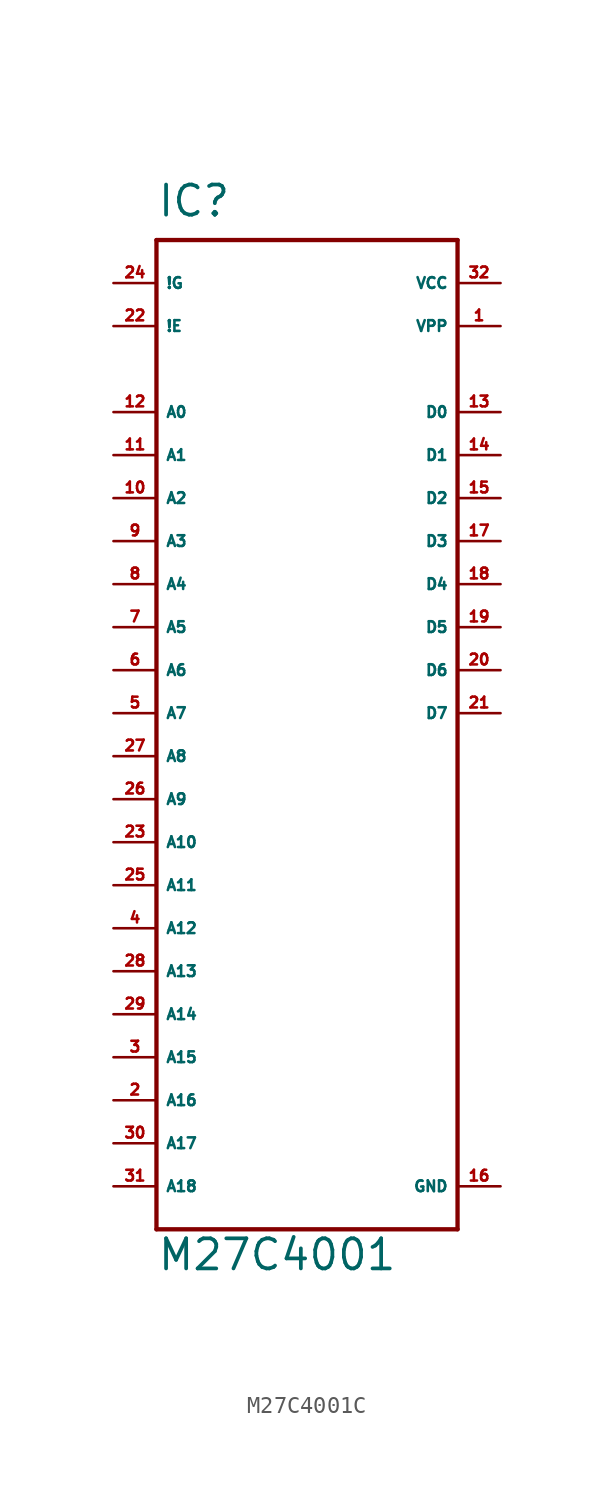
<source format=kicad_sym>
(kicad_symbol_lib
  (version 20220914)
  (generator Eagle2Kicad)
  (symbol "M27C4001C"
    (property "Reference" "IC"
      (at -7.62 29.21 0)
      (effects (font (size 1.778 1.778) (thickness 0.22)) (justify left bottom)))
    (property "Value" "M27C4001"
      (at -7.62 -33.02 0)
      (effects (font (size 1.778 1.778) (thickness 0.22)) (justify left bottom)))
    (polyline
      (pts (xy -7.62 27.94) (xy 10.16 27.94))
      (stroke (width 0.254) (type default))
      (fill (type none)))
    (polyline
      (pts (xy 10.16 27.94) (xy 10.16 -30.48))
      (stroke (width 0.254) (type default))
      (fill (type none)))
    (polyline
      (pts (xy 10.16 -30.48) (xy -7.62 -30.48))
      (stroke (width 0.254) (type default))
      (fill (type none)))
    (polyline
      (pts (xy -7.62 -30.48) (xy -7.62 27.94))
      (stroke (width 0.254) (type default))
      (fill (type none)))
    (pin unspecified line
      (at 12.7 25.4 180)
      (length 2.54)
      (name "VCC" (effects (font (size 0.635 0.635) (thickness 0.08)) (justify left bottom)))
      (number "32" (effects (font (size 0.635 0.635) (thickness 0.08)) (justify left bottom))))
    (pin unspecified line
      (at 12.7 22.86 180)
      (length 2.54)
      (name "VPP" (effects (font (size 0.635 0.635) (thickness 0.08)) (justify left bottom)))
      (number "1" (effects (font (size 0.635 0.635) (thickness 0.08)) (justify left bottom))))
    (pin unspecified line
      (at 12.7 -27.94 180)
      (length 2.54)
      (name "GND" (effects (font (size 0.635 0.635) (thickness 0.08)) (justify left bottom)))
      (number "16" (effects (font (size 0.635 0.635) (thickness 0.08)) (justify left bottom))))
    (pin input line
      (at -10.16 17.78 0)
      (length 2.54)
      (name "A0" (effects (font (size 0.635 0.635) (thickness 0.08)) (justify left bottom)))
      (number "12" (effects (font (size 0.635 0.635) (thickness 0.08)) (justify left bottom))))
    (pin input line
      (at -10.16 15.24 0)
      (length 2.54)
      (name "A1" (effects (font (size 0.635 0.635) (thickness 0.08)) (justify left bottom)))
      (number "11" (effects (font (size 0.635 0.635) (thickness 0.08)) (justify left bottom))))
    (pin input line
      (at -10.16 12.7 0)
      (length 2.54)
      (name "A2" (effects (font (size 0.635 0.635) (thickness 0.08)) (justify left bottom)))
      (number "10" (effects (font (size 0.635 0.635) (thickness 0.08)) (justify left bottom))))
    (pin input line
      (at -10.16 10.16 0)
      (length 2.54)
      (name "A3" (effects (font (size 0.635 0.635) (thickness 0.08)) (justify left bottom)))
      (number "9" (effects (font (size 0.635 0.635) (thickness 0.08)) (justify left bottom))))
    (pin input line
      (at -10.16 7.62 0)
      (length 2.54)
      (name "A4" (effects (font (size 0.635 0.635) (thickness 0.08)) (justify left bottom)))
      (number "8" (effects (font (size 0.635 0.635) (thickness 0.08)) (justify left bottom))))
    (pin input line
      (at -10.16 5.08 0)
      (length 2.54)
      (name "A5" (effects (font (size 0.635 0.635) (thickness 0.08)) (justify left bottom)))
      (number "7" (effects (font (size 0.635 0.635) (thickness 0.08)) (justify left bottom))))
    (pin input line
      (at -10.16 2.54 0)
      (length 2.54)
      (name "A6" (effects (font (size 0.635 0.635) (thickness 0.08)) (justify left bottom)))
      (number "6" (effects (font (size 0.635 0.635) (thickness 0.08)) (justify left bottom))))
    (pin input line
      (at -10.16 0 0)
      (length 2.54)
      (name "A7" (effects (font (size 0.635 0.635) (thickness 0.08)) (justify left bottom)))
      (number "5" (effects (font (size 0.635 0.635) (thickness 0.08)) (justify left bottom))))
    (pin input line
      (at -10.16 -2.54 0)
      (length 2.54)
      (name "A8" (effects (font (size 0.635 0.635) (thickness 0.08)) (justify left bottom)))
      (number "27" (effects (font (size 0.635 0.635) (thickness 0.08)) (justify left bottom))))
    (pin input line
      (at -10.16 -5.08 0)
      (length 2.54)
      (name "A9" (effects (font (size 0.635 0.635) (thickness 0.08)) (justify left bottom)))
      (number "26" (effects (font (size 0.635 0.635) (thickness 0.08)) (justify left bottom))))
    (pin input line
      (at -10.16 -7.62 0)
      (length 2.54)
      (name "A10" (effects (font (size 0.635 0.635) (thickness 0.08)) (justify left bottom)))
      (number "23" (effects (font (size 0.635 0.635) (thickness 0.08)) (justify left bottom))))
    (pin input line
      (at -10.16 -10.16 0)
      (length 2.54)
      (name "A11" (effects (font (size 0.635 0.635) (thickness 0.08)) (justify left bottom)))
      (number "25" (effects (font (size 0.635 0.635) (thickness 0.08)) (justify left bottom))))
    (pin input line
      (at -10.16 -12.7 0)
      (length 2.54)
      (name "A12" (effects (font (size 0.635 0.635) (thickness 0.08)) (justify left bottom)))
      (number "4" (effects (font (size 0.635 0.635) (thickness 0.08)) (justify left bottom))))
    (pin input line
      (at -10.16 -15.24 0)
      (length 2.54)
      (name "A13" (effects (font (size 0.635 0.635) (thickness 0.08)) (justify left bottom)))
      (number "28" (effects (font (size 0.635 0.635) (thickness 0.08)) (justify left bottom))))
    (pin input line
      (at -10.16 -17.78 0)
      (length 2.54)
      (name "A14" (effects (font (size 0.635 0.635) (thickness 0.08)) (justify left bottom)))
      (number "29" (effects (font (size 0.635 0.635) (thickness 0.08)) (justify left bottom))))
    (pin input line
      (at -10.16 -20.32 0)
      (length 2.54)
      (name "A15" (effects (font (size 0.635 0.635) (thickness 0.08)) (justify left bottom)))
      (number "3" (effects (font (size 0.635 0.635) (thickness 0.08)) (justify left bottom))))
    (pin input line
      (at -10.16 -22.86 0)
      (length 2.54)
      (name "A16" (effects (font (size 0.635 0.635) (thickness 0.08)) (justify left bottom)))
      (number "2" (effects (font (size 0.635 0.635) (thickness 0.08)) (justify left bottom))))
    (pin input line
      (at -10.16 -25.4 0)
      (length 2.54)
      (name "A17" (effects (font (size 0.635 0.635) (thickness 0.08)) (justify left bottom)))
      (number "30" (effects (font (size 0.635 0.635) (thickness 0.08)) (justify left bottom))))
    (pin input line
      (at -10.16 -27.94 0)
      (length 2.54)
      (name "A18" (effects (font (size 0.635 0.635) (thickness 0.08)) (justify left bottom)))
      (number "31" (effects (font (size 0.635 0.635) (thickness 0.08)) (justify left bottom))))
    (pin tri_state line
      (at 12.7 17.78 180)
      (length 2.54)
      (name "D0" (effects (font (size 0.635 0.635) (thickness 0.08)) (justify left bottom)))
      (number "13" (effects (font (size 0.635 0.635) (thickness 0.08)) (justify left bottom))))
    (pin tri_state line
      (at 12.7 15.24 180)
      (length 2.54)
      (name "D1" (effects (font (size 0.635 0.635) (thickness 0.08)) (justify left bottom)))
      (number "14" (effects (font (size 0.635 0.635) (thickness 0.08)) (justify left bottom))))
    (pin tri_state line
      (at 12.7 12.7 180)
      (length 2.54)
      (name "D2" (effects (font (size 0.635 0.635) (thickness 0.08)) (justify left bottom)))
      (number "15" (effects (font (size 0.635 0.635) (thickness 0.08)) (justify left bottom))))
    (pin tri_state line
      (at 12.7 10.16 180)
      (length 2.54)
      (name "D3" (effects (font (size 0.635 0.635) (thickness 0.08)) (justify left bottom)))
      (number "17" (effects (font (size 0.635 0.635) (thickness 0.08)) (justify left bottom))))
    (pin tri_state line
      (at 12.7 7.62 180)
      (length 2.54)
      (name "D4" (effects (font (size 0.635 0.635) (thickness 0.08)) (justify left bottom)))
      (number "18" (effects (font (size 0.635 0.635) (thickness 0.08)) (justify left bottom))))
    (pin tri_state line
      (at 12.7 5.08 180)
      (length 2.54)
      (name "D5" (effects (font (size 0.635 0.635) (thickness 0.08)) (justify left bottom)))
      (number "19" (effects (font (size 0.635 0.635) (thickness 0.08)) (justify left bottom))))
    (pin tri_state line
      (at 12.7 2.54 180)
      (length 2.54)
      (name "D6" (effects (font (size 0.635 0.635) (thickness 0.08)) (justify left bottom)))
      (number "20" (effects (font (size 0.635 0.635) (thickness 0.08)) (justify left bottom))))
    (pin tri_state line
      (at 12.7 0 180)
      (length 2.54)
      (name "D7" (effects (font (size 0.635 0.635) (thickness 0.08)) (justify left bottom)))
      (number "21" (effects (font (size 0.635 0.635) (thickness 0.08)) (justify left bottom))))
    (pin input line
      (at -10.16 25.4 0)
      (length 2.54)
      (name "!G" (effects (font (size 0.635 0.635) (thickness 0.08)) (justify left bottom)))
      (number "24" (effects (font (size 0.635 0.635) (thickness 0.08)) (justify left bottom))))
    (pin input line
      (at -10.16 22.86 0)
      (length 2.54)
      (name "!E" (effects (font (size 0.635 0.635) (thickness 0.08)) (justify left bottom)))
      (number "22" (effects (font (size 0.635 0.635) (thickness 0.08)) (justify left bottom))))))
</source>
